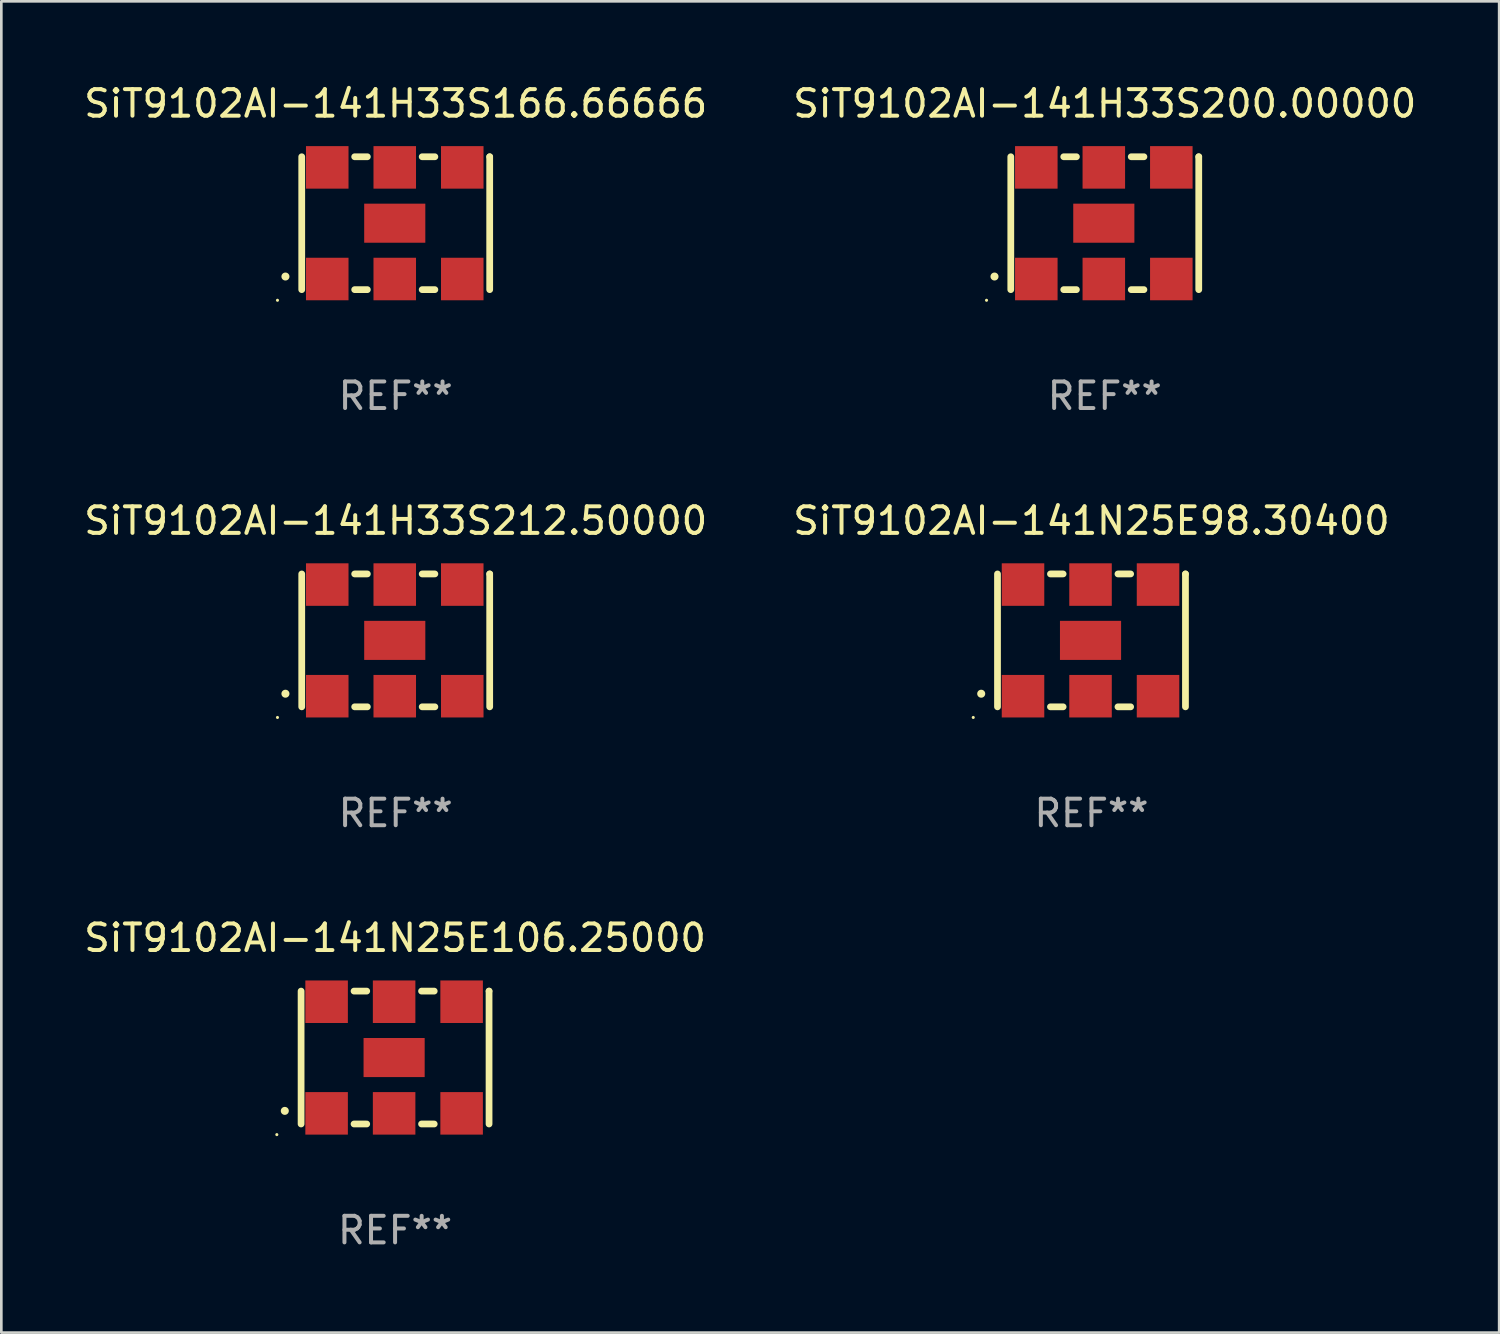
<source format=kicad_pcb>
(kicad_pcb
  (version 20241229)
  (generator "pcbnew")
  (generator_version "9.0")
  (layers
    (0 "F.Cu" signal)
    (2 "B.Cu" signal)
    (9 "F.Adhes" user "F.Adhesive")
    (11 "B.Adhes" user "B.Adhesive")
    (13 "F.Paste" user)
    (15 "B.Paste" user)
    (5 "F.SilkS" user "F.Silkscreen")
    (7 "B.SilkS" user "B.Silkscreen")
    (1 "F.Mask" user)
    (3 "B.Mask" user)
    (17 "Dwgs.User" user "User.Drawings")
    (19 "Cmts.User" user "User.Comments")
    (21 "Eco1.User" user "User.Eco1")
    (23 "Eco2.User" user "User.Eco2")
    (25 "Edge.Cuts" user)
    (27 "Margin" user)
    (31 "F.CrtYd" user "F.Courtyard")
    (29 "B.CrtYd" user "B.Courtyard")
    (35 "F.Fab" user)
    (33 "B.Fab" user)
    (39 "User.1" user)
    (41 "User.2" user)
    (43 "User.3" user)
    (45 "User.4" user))
  (footprint "SiT9102AI-141H33S200.00000"
    (layer "F.Cu")
    (at 38.518 5.348)
    (property "Reference" "SiT9102AI-141H33S200.00000" (at 0 -4.5 0) (layer "F.SilkS") (effects (font (size 1 1) (thickness 0.15))))
    (attr through_hole)
    (fp_line (start -3.536 -2.5) (end -3.536 2.5) (stroke (width 0.254) (type solid)) (layer "F.SilkS"))
    (fp_line (start -1.544 2.5) (end -1.067 2.5) (stroke (width 0.254) (type solid)) (layer "F.SilkS"))
    (fp_line (start -1.067 -2.5) (end -1.544 -2.5) (stroke (width 0.254) (type solid)) (layer "F.SilkS"))
    (fp_line (start 0.996 2.5) (end 1.473 2.5) (stroke (width 0.254) (type solid)) (layer "F.SilkS"))
    (fp_line (start 1.473 -2.5) (end 0.996 -2.5) (stroke (width 0.254) (type solid)) (layer "F.SilkS"))
    (fp_line (start 3.536 -2.5) (end 3.536 -2.5) (stroke (width 0.254) (type solid)) (layer "F.SilkS"))
    (fp_line (start 3.536 2.5) (end 3.536 -2.5) (stroke (width 0.254) (type solid)) (layer "F.SilkS"))
    (fp_arc (start -4.150432 2.006604) (mid -4.149162 2.006599) (end -4.147892 2.006604) (stroke (width 0.3) (type solid)) (layer "F.SilkS"))
    (fp_circle (center -4.449 2.9) (end -4.419 2.9) (stroke (width 0.06) (type solid)) (fill no) (layer "F.SilkS"))
    (fp_text user "REF**" (at 0 6.5 0) (layer "F.Fab") (effects (font (size 1 1) (thickness 0.15))))
    (pad "1" smd rect (at -2.576 2.1) (size 1.6 1.6) (layers "F.Cu" "F.Mask" "F.Paste"))
    (pad "2" smd rect (at -0.036 2.1) (size 1.6 1.6) (layers "F.Cu" "F.Mask" "F.Paste"))
    (pad "3" smd rect (at 2.504 2.1) (size 1.6 1.6) (layers "F.Cu" "F.Mask" "F.Paste"))
    (pad "4" smd rect (at 2.504 -2.1) (size 1.6 1.6) (layers "F.Cu" "F.Mask" "F.Paste"))
    (pad "5" smd rect (at -0.036 -2.1) (size 1.6 1.6) (layers "F.Cu" "F.Mask" "F.Paste"))
    (pad "6" smd rect (at -2.576 -2.1) (size 1.6 1.6) (layers "F.Cu" "F.Mask" "F.Paste"))
    (pad "7" smd rect (at -0.036 0) (size 2.3 1.47) (layers "F.Cu" "F.Mask" "F.Paste")))
  (footprint "SiT9102AI-141H33S166.66666"
    (layer "F.Cu")
    (at 11.839 5.348)
    (property "Reference" "SiT9102AI-141H33S166.66666" (at 0 -4.5 0) (layer "F.SilkS") (effects (font (size 1 1) (thickness 0.15))))
    (attr through_hole)
    (fp_line (start -3.536 -2.5) (end -3.536 2.5) (stroke (width 0.254) (type solid)) (layer "F.SilkS"))
    (fp_line (start -1.544 2.5) (end -1.067 2.5) (stroke (width 0.254) (type solid)) (layer "F.SilkS"))
    (fp_line (start -1.067 -2.5) (end -1.544 -2.5) (stroke (width 0.254) (type solid)) (layer "F.SilkS"))
    (fp_line (start 0.996 2.5) (end 1.473 2.5) (stroke (width 0.254) (type solid)) (layer "F.SilkS"))
    (fp_line (start 1.473 -2.5) (end 0.996 -2.5) (stroke (width 0.254) (type solid)) (layer "F.SilkS"))
    (fp_line (start 3.536 -2.5) (end 3.536 -2.5) (stroke (width 0.254) (type solid)) (layer "F.SilkS"))
    (fp_line (start 3.536 2.5) (end 3.536 -2.5) (stroke (width 0.254) (type solid)) (layer "F.SilkS"))
    (fp_arc (start -4.150432 2.006604) (mid -4.149162 2.006599) (end -4.147892 2.006604) (stroke (width 0.3) (type solid)) (layer "F.SilkS"))
    (fp_circle (center -4.449 2.9) (end -4.419 2.9) (stroke (width 0.06) (type solid)) (fill no) (layer "F.SilkS"))
    (fp_text user "REF**" (at 0 6.5 0) (layer "F.Fab") (effects (font (size 1 1) (thickness 0.15))))
    (pad "1" smd rect (at -2.576 2.1) (size 1.6 1.6) (layers "F.Cu" "F.Mask" "F.Paste"))
    (pad "2" smd rect (at -0.036 2.1) (size 1.6 1.6) (layers "F.Cu" "F.Mask" "F.Paste"))
    (pad "3" smd rect (at 2.504 2.1) (size 1.6 1.6) (layers "F.Cu" "F.Mask" "F.Paste"))
    (pad "4" smd rect (at 2.504 -2.1) (size 1.6 1.6) (layers "F.Cu" "F.Mask" "F.Paste"))
    (pad "5" smd rect (at -0.036 -2.1) (size 1.6 1.6) (layers "F.Cu" "F.Mask" "F.Paste"))
    (pad "6" smd rect (at -2.576 -2.1) (size 1.6 1.6) (layers "F.Cu" "F.Mask" "F.Paste"))
    (pad "7" smd rect (at -0.036 0) (size 2.3 1.47) (layers "F.Cu" "F.Mask" "F.Paste")))
  (footprint "SiT9102AI-141N25E98.30400"
    (layer "F.Cu")
    (at 38.018 21.045)
    (property "Reference" "SiT9102AI-141N25E98.30400" (at 0 -4.5 0) (layer "F.SilkS") (effects (font (size 1 1) (thickness 0.15))))
    (attr through_hole)
    (fp_line (start -3.536 -2.5) (end -3.536 2.5) (stroke (width 0.254) (type solid)) (layer "F.SilkS"))
    (fp_line (start -1.544 2.5) (end -1.067 2.5) (stroke (width 0.254) (type solid)) (layer "F.SilkS"))
    (fp_line (start -1.067 -2.5) (end -1.544 -2.5) (stroke (width 0.254) (type solid)) (layer "F.SilkS"))
    (fp_line (start 0.996 2.5) (end 1.473 2.5) (stroke (width 0.254) (type solid)) (layer "F.SilkS"))
    (fp_line (start 1.473 -2.5) (end 0.996 -2.5) (stroke (width 0.254) (type solid)) (layer "F.SilkS"))
    (fp_line (start 3.536 -2.5) (end 3.536 -2.5) (stroke (width 0.254) (type solid)) (layer "F.SilkS"))
    (fp_line (start 3.536 2.5) (end 3.536 -2.5) (stroke (width 0.254) (type solid)) (layer "F.SilkS"))
    (fp_arc (start -4.150432 2.006604) (mid -4.149162 2.006599) (end -4.147892 2.006604) (stroke (width 0.3) (type solid)) (layer "F.SilkS"))
    (fp_circle (center -4.449 2.9) (end -4.419 2.9) (stroke (width 0.06) (type solid)) (fill no) (layer "F.SilkS"))
    (fp_text user "REF**" (at 0 6.5 0) (layer "F.Fab") (effects (font (size 1 1) (thickness 0.15))))
    (pad "1" smd rect (at -2.576 2.1) (size 1.6 1.6) (layers "F.Cu" "F.Mask" "F.Paste"))
    (pad "2" smd rect (at -0.036 2.1) (size 1.6 1.6) (layers "F.Cu" "F.Mask" "F.Paste"))
    (pad "3" smd rect (at 2.504 2.1) (size 1.6 1.6) (layers "F.Cu" "F.Mask" "F.Paste"))
    (pad "4" smd rect (at 2.504 -2.1) (size 1.6 1.6) (layers "F.Cu" "F.Mask" "F.Paste"))
    (pad "5" smd rect (at -0.036 -2.1) (size 1.6 1.6) (layers "F.Cu" "F.Mask" "F.Paste"))
    (pad "6" smd rect (at -2.576 -2.1) (size 1.6 1.6) (layers "F.Cu" "F.Mask" "F.Paste"))
    (pad "7" smd rect (at -0.036 0) (size 2.3 1.47) (layers "F.Cu" "F.Mask" "F.Paste")))
  (footprint "SiT9102AI-141N25E106.25000"
    (layer "F.Cu")
    (at 11.815 36.741)
    (property "Reference" "SiT9102AI-141N25E106.25000" (at 0 -4.5 0) (layer "F.SilkS") (effects (font (size 1 1) (thickness 0.15))))
    (attr through_hole)
    (fp_line (start -3.536 -2.5) (end -3.536 2.5) (stroke (width 0.254) (type solid)) (layer "F.SilkS"))
    (fp_line (start -1.544 2.5) (end -1.067 2.5) (stroke (width 0.254) (type solid)) (layer "F.SilkS"))
    (fp_line (start -1.067 -2.5) (end -1.544 -2.5) (stroke (width 0.254) (type solid)) (layer "F.SilkS"))
    (fp_line (start 0.996 2.5) (end 1.473 2.5) (stroke (width 0.254) (type solid)) (layer "F.SilkS"))
    (fp_line (start 1.473 -2.5) (end 0.996 -2.5) (stroke (width 0.254) (type solid)) (layer "F.SilkS"))
    (fp_line (start 3.536 -2.5) (end 3.536 -2.5) (stroke (width 0.254) (type solid)) (layer "F.SilkS"))
    (fp_line (start 3.536 2.5) (end 3.536 -2.5) (stroke (width 0.254) (type solid)) (layer "F.SilkS"))
    (fp_arc (start -4.150432 2.006604) (mid -4.149162 2.006599) (end -4.147892 2.006604) (stroke (width 0.3) (type solid)) (layer "F.SilkS"))
    (fp_circle (center -4.449 2.9) (end -4.419 2.9) (stroke (width 0.06) (type solid)) (fill no) (layer "F.SilkS"))
    (fp_text user "REF**" (at 0 6.5 0) (layer "F.Fab") (effects (font (size 1 1) (thickness 0.15))))
    (pad "1" smd rect (at -2.576 2.1) (size 1.6 1.6) (layers "F.Cu" "F.Mask" "F.Paste"))
    (pad "2" smd rect (at -0.036 2.1) (size 1.6 1.6) (layers "F.Cu" "F.Mask" "F.Paste"))
    (pad "3" smd rect (at 2.504 2.1) (size 1.6 1.6) (layers "F.Cu" "F.Mask" "F.Paste"))
    (pad "4" smd rect (at 2.504 -2.1) (size 1.6 1.6) (layers "F.Cu" "F.Mask" "F.Paste"))
    (pad "5" smd rect (at -0.036 -2.1) (size 1.6 1.6) (layers "F.Cu" "F.Mask" "F.Paste"))
    (pad "6" smd rect (at -2.576 -2.1) (size 1.6 1.6) (layers "F.Cu" "F.Mask" "F.Paste"))
    (pad "7" smd rect (at -0.036 0) (size 2.3 1.47) (layers "F.Cu" "F.Mask" "F.Paste")))
  (footprint "SiT9102AI-141H33S212.50000"
    (layer "F.Cu")
    (at 11.839 21.045)
    (property "Reference" "SiT9102AI-141H33S212.50000" (at 0 -4.5 0) (layer "F.SilkS") (effects (font (size 1 1) (thickness 0.15))))
    (attr through_hole)
    (fp_line (start -3.536 -2.5) (end -3.536 2.5) (stroke (width 0.254) (type solid)) (layer "F.SilkS"))
    (fp_line (start -1.544 2.5) (end -1.067 2.5) (stroke (width 0.254) (type solid)) (layer "F.SilkS"))
    (fp_line (start -1.067 -2.5) (end -1.544 -2.5) (stroke (width 0.254) (type solid)) (layer "F.SilkS"))
    (fp_line (start 0.996 2.5) (end 1.473 2.5) (stroke (width 0.254) (type solid)) (layer "F.SilkS"))
    (fp_line (start 1.473 -2.5) (end 0.996 -2.5) (stroke (width 0.254) (type solid)) (layer "F.SilkS"))
    (fp_line (start 3.536 -2.5) (end 3.536 -2.5) (stroke (width 0.254) (type solid)) (layer "F.SilkS"))
    (fp_line (start 3.536 2.5) (end 3.536 -2.5) (stroke (width 0.254) (type solid)) (layer "F.SilkS"))
    (fp_arc (start -4.150432 2.006604) (mid -4.149162 2.006599) (end -4.147892 2.006604) (stroke (width 0.3) (type solid)) (layer "F.SilkS"))
    (fp_circle (center -4.449 2.9) (end -4.419 2.9) (stroke (width 0.06) (type solid)) (fill no) (layer "F.SilkS"))
    (fp_text user "REF**" (at 0 6.5 0) (layer "F.Fab") (effects (font (size 1 1) (thickness 0.15))))
    (pad "1" smd rect (at -2.576 2.1) (size 1.6 1.6) (layers "F.Cu" "F.Mask" "F.Paste"))
    (pad "2" smd rect (at -0.036 2.1) (size 1.6 1.6) (layers "F.Cu" "F.Mask" "F.Paste"))
    (pad "3" smd rect (at 2.504 2.1) (size 1.6 1.6) (layers "F.Cu" "F.Mask" "F.Paste"))
    (pad "4" smd rect (at 2.504 -2.1) (size 1.6 1.6) (layers "F.Cu" "F.Mask" "F.Paste"))
    (pad "5" smd rect (at -0.036 -2.1) (size 1.6 1.6) (layers "F.Cu" "F.Mask" "F.Paste"))
    (pad "6" smd rect (at -2.576 -2.1) (size 1.6 1.6) (layers "F.Cu" "F.Mask" "F.Paste"))
    (pad "7" smd rect (at -0.036 0) (size 2.3 1.47) (layers "F.Cu" "F.Mask" "F.Paste")))
  (gr_rect
    (start -3 -3)
    (end 53.357 47.09)
    (stroke (width 0.1) (type default))
    (fill no)
    (layer "Edge.Cuts")))
</source>
